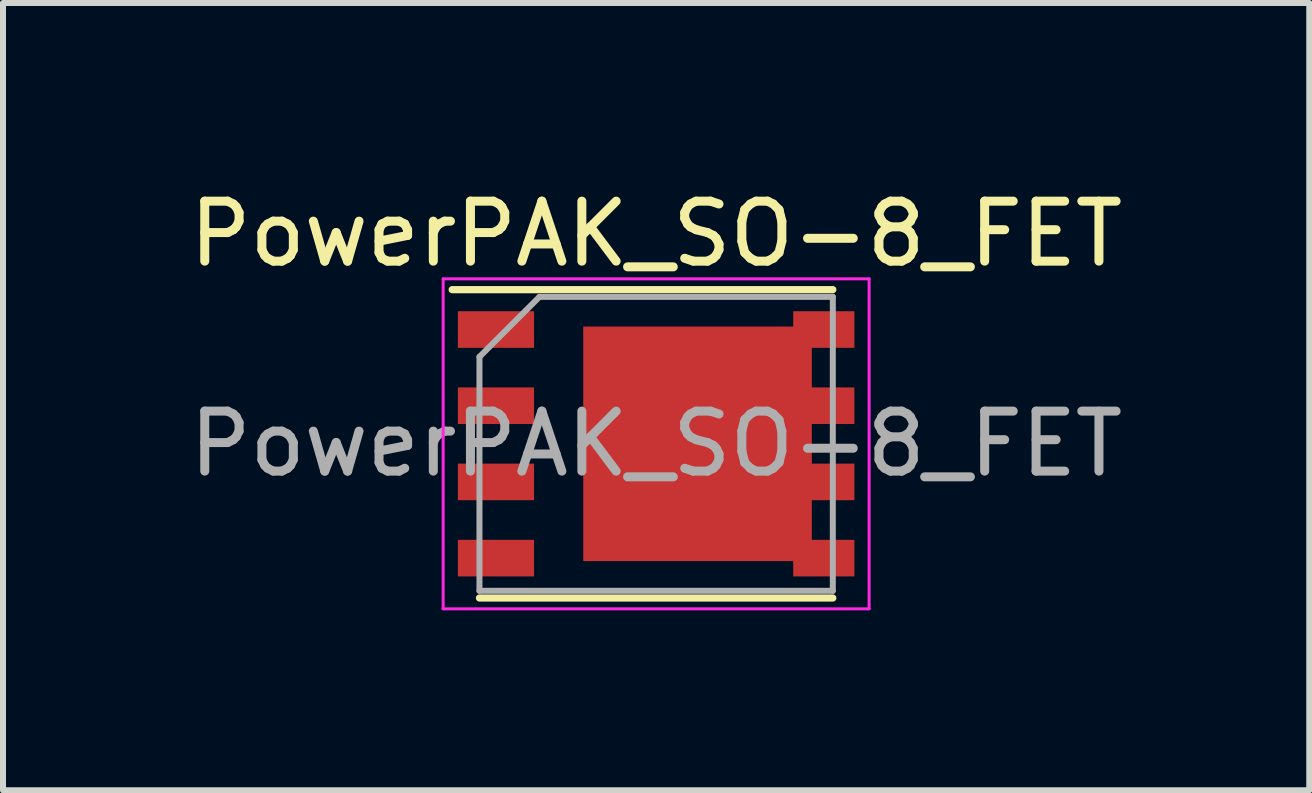
<source format=kicad_pcb>
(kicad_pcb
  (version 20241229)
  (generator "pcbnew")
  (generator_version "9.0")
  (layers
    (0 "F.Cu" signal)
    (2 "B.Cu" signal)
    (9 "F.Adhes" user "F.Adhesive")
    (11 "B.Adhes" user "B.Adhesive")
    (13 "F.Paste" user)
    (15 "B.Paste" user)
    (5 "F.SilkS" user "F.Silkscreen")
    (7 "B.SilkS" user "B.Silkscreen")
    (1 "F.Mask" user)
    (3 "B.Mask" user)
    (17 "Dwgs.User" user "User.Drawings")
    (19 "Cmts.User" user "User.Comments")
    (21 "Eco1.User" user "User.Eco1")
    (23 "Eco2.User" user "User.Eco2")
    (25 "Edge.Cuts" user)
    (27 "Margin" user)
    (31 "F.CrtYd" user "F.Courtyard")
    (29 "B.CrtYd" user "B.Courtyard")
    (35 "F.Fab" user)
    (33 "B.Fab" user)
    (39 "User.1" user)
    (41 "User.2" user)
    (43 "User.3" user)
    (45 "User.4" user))
  (footprint "PowerPAK_SO-8_FET"
    (layer "F.Cu")
    (at 7.887 4.348)
    (property "Reference" "PowerPAK_SO-8_FET" (at 0 -3.5 0) (layer "F.SilkS") (effects (font (size 1 1) (thickness 0.15))))
    (attr smd)
    (fp_line (start -3.4 -2.57) (end 2.945 -2.57) (stroke (width 0.12) (type solid)) (layer "F.SilkS"))
    (fp_line (start -2.945 2.57) (end 2.945 2.57) (stroke (width 0.12) (type solid)) (layer "F.SilkS"))
    (fp_line (start -3.55 -2.75) (end -3.55 2.75) (stroke (width 0.05) (type solid)) (layer "F.CrtYd"))
    (fp_line (start -3.55 -2.75) (end 3.55 -2.75) (stroke (width 0.05) (type solid)) (layer "F.CrtYd"))
    (fp_line (start -3.55 2.75) (end 3.55 2.75) (stroke (width 0.05) (type solid)) (layer "F.CrtYd"))
    (fp_line (start 3.55 -2.75) (end 3.55 2.75) (stroke (width 0.05) (type solid)) (layer "F.CrtYd"))
    (fp_line (start -2.945 2.45) (end -2.945 -1.45) (stroke (width 0.1) (type solid)) (layer "F.Fab"))
    (fp_line (start -1.945 -2.45) (end -2.945 -1.45) (stroke (width 0.1) (type solid)) (layer "F.Fab"))
    (fp_line (start -1.945 -2.45) (end 2.945 -2.45) (stroke (width 0.1) (type solid)) (layer "F.Fab"))
    (fp_line (start 2.945 -2.45) (end 2.945 2.45) (stroke (width 0.1) (type solid)) (layer "F.Fab"))
    (fp_line (start 2.945 2.45) (end -2.945 2.45) (stroke (width 0.1) (type solid)) (layer "F.Fab"))
    (fp_text user "${REFERENCE}" (at 0 0 0) (layer "F.Fab") (effects (font (size 1 1) (thickness 0.15))))
    (pad "1" smd rect (at 0.69 0) (size 3.81 3.91) (layers "F.Cu" "F.Mask" "F.Paste"))
    (pad "1" smd rect (at 2.795 -1.905) (size 1.02 0.61) (layers "F.Cu" "F.Mask" "F.Paste"))
    (pad "1" smd rect (at 2.795 -0.635) (size 1.02 0.61) (layers "F.Cu" "F.Mask" "F.Paste"))
    (pad "1" smd rect (at 2.795 0.635) (size 1.02 0.61) (layers "F.Cu" "F.Mask" "F.Paste"))
    (pad "1" smd rect (at 2.795 1.905) (size 1.02 0.61) (layers "F.Cu" "F.Mask" "F.Paste"))
    (pad "2" smd rect (at -2.67 1.905) (size 1.27 0.61) (layers "F.Cu" "F.Mask" "F.Paste"))
    (pad "3" smd rect (at -2.67 -1.905) (size 1.27 0.61) (layers "F.Cu" "F.Mask" "F.Paste"))
    (pad "3" smd rect (at -2.67 -0.635) (size 1.27 0.61) (layers "F.Cu" "F.Mask" "F.Paste"))
    (pad "3" smd rect (at -2.67 0.635) (size 1.27 0.61) (layers "F.Cu" "F.Mask" "F.Paste")))
  (gr_rect
    (start -3 -3)
    (end 18.774 10.123)
    (stroke (width 0.1) (type default))
    (fill no)
    (layer "Edge.Cuts")))
</source>
